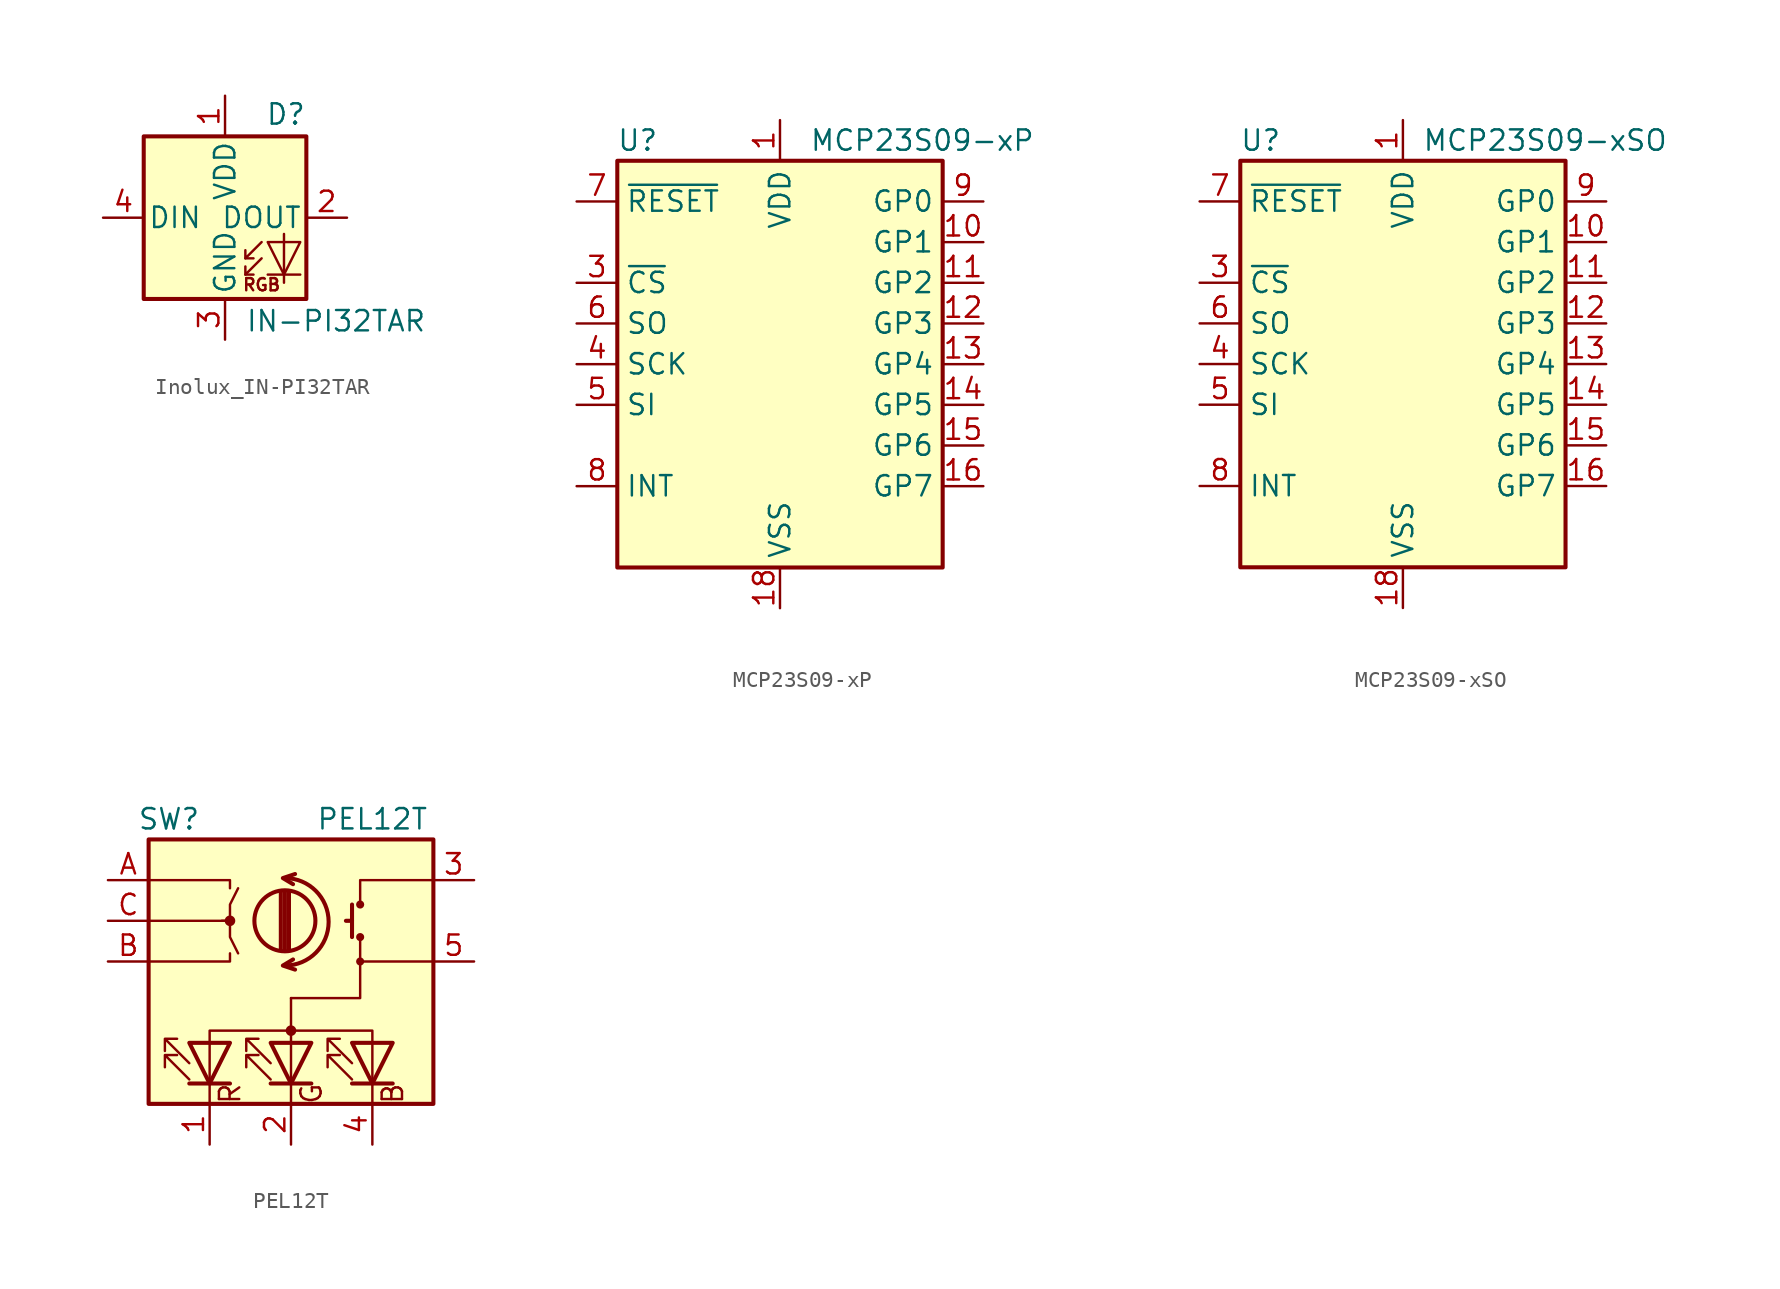
<source format=kicad_sym>
(kicad_symbol_lib
  (version 20231120)
  (generator "kicad_symbol_editor")
  (generator_version "8.0")
  (symbol "Inolux_IN-PI32TAR"
    (pin_names
      (offset 0.254))
    (property "Reference" "D"
      (at 5.08 5.715 0)
      (effects (font (size 1.27 1.27)) (justify right bottom)))
    (property "Value" "IN-PI32TAR"
      (at 1.27 -5.715 0)
      (effects (font (size 1.27 1.27)) (justify left top)))
    (symbol "Inolux_IN-PI32TAR_0_0"
      (text "RGB" (at 2.286 -4.191 0) (effects (font (size 0.762 0.762)))))
    (symbol "Inolux_IN-PI32TAR_0_1"
      (polyline (pts (xy 1.27 -3.556) (xy 1.778 -3.556)) (stroke (width 0) (type default)) (fill (type none)))
      (polyline (pts (xy 1.27 -2.54) (xy 1.778 -2.54)) (stroke (width 0) (type default)) (fill (type none)))
      (polyline (pts (xy 4.699 -3.556) (xy 2.667 -3.556)) (stroke (width 0) (type default)) (fill (type none)))
      (polyline (pts (xy 2.286 -2.54) (xy 1.27 -3.556) (xy 1.27 -3.048)) (stroke (width 0) (type default)) (fill (type none)))
      (polyline (pts (xy 2.286 -1.524) (xy 1.27 -2.54) (xy 1.27 -2.032)) (stroke (width 0) (type default)) (fill (type none)))
      (polyline (pts (xy 3.683 -1.016) (xy 3.683 -3.556) (xy 3.683 -4.064)) (stroke (width 0) (type default)) (fill (type none)))
      (polyline (pts (xy 4.699 -1.524) (xy 2.667 -1.524) (xy 3.683 -3.556) (xy 4.699 -1.524)) (stroke (width 0) (type default)) (fill (type none)))
      (rectangle (start 5.08 5.08) (end -5.08 -5.08) (stroke (width 0.254) (type default)) (fill (type background))))
    (symbol "Inolux_IN-PI32TAR_1_1"
      (pin power_in line (at 0 7.62 270) (length 2.54) (name "VDD" (effects (font (size 1.27 1.27)))) (number "1" (effects (font (size 1.27 1.27)))))
      (pin output line (at 7.62 0 180) (length 2.54) (name "DOUT" (effects (font (size 1.27 1.27)))) (number "2" (effects (font (size 1.27 1.27)))))
      (pin power_in line (at 0 -7.62 90) (length 2.54) (name "GND" (effects (font (size 1.27 1.27)))) (number "3" (effects (font (size 1.27 1.27)))))
      (pin input line (at -7.62 0 0) (length 2.54) (name "DIN" (effects (font (size 1.27 1.27)))) (number "4" (effects (font (size 1.27 1.27)))))))
  (symbol "MCP23S09-xP"
    (property "Reference" "U"
      (at -8.89 13.97 0)
      (effects (font (size 1.27 1.27))))
    (property "Value" "MCP23S09-xP"
      (at 8.89 13.97 0)
      (effects (font (size 1.27 1.27))))
    (symbol "MCP23S09-xP_0_0"
      (pin no_connect line (at 11.43 -10.16 180) (length 2.54) hide (name "NC" (effects (font (size 1.27 1.27)))) (number "17" (effects (font (size 1.27 1.27))))))
    (symbol "MCP23S09-xP_0_1"
      (rectangle (start -10.16 12.7) (end 10.16 -12.7) (stroke (width 0.254) (type solid)) (fill (type background))))
    (symbol "MCP23S09-xP_1_1"
      (pin power_in line (at 0 15.24 270) (length 2.54) (name "VDD" (effects (font (size 1.27 1.27)))) (number "1" (effects (font (size 1.27 1.27)))))
      (pin bidirectional line (at 12.7 7.62 180) (length 2.54) (name "GP1" (effects (font (size 1.27 1.27)))) (number "10" (effects (font (size 1.27 1.27)))))
      (pin bidirectional line (at 12.7 5.08 180) (length 2.54) (name "GP2" (effects (font (size 1.27 1.27)))) (number "11" (effects (font (size 1.27 1.27)))))
      (pin bidirectional line (at 12.7 2.54 180) (length 2.54) (name "GP3" (effects (font (size 1.27 1.27)))) (number "12" (effects (font (size 1.27 1.27)))))
      (pin bidirectional line (at 12.7 0 180) (length 2.54) (name "GP4" (effects (font (size 1.27 1.27)))) (number "13" (effects (font (size 1.27 1.27)))))
      (pin bidirectional line (at 12.7 -2.54 180) (length 2.54) (name "GP5" (effects (font (size 1.27 1.27)))) (number "14" (effects (font (size 1.27 1.27)))))
      (pin bidirectional line (at 12.7 -5.08 180) (length 2.54) (name "GP6" (effects (font (size 1.27 1.27)))) (number "15" (effects (font (size 1.27 1.27)))))
      (pin bidirectional line (at 12.7 -7.62 180) (length 2.54) (name "GP7" (effects (font (size 1.27 1.27)))) (number "16" (effects (font (size 1.27 1.27)))))
      (pin power_in line (at 0 -15.24 90) (length 2.54) (name "VSS" (effects (font (size 1.27 1.27)))) (number "18" (effects (font (size 1.27 1.27)))))
      (pin no_connect line (at -12.7 -10.16 0) (length 2.54) hide (name "NC" (effects (font (size 1.27 1.27)))) (number "2" (effects (font (size 1.27 1.27)))))
      (pin input line (at -12.7 5.08 0) (length 2.54) (name "~{CS}" (effects (font (size 1.27 1.27)))) (number "3" (effects (font (size 1.27 1.27)))))
      (pin input line (at -12.7 0 0) (length 2.54) (name "SCK" (effects (font (size 1.27 1.27)))) (number "4" (effects (font (size 1.27 1.27)))))
      (pin input line (at -12.7 -2.54 0) (length 2.54) (name "SI" (effects (font (size 1.27 1.27)))) (number "5" (effects (font (size 1.27 1.27)))))
      (pin output line (at -12.7 2.54 0) (length 2.54) (name "SO" (effects (font (size 1.27 1.27)))) (number "6" (effects (font (size 1.27 1.27)))))
      (pin input line (at -12.7 10.16 0) (length 2.54) (name "~{RESET}" (effects (font (size 1.27 1.27)))) (number "7" (effects (font (size 1.27 1.27)))))
      (pin output line (at -12.7 -7.62 0) (length 2.54) (name "INT" (effects (font (size 1.27 1.27)))) (number "8" (effects (font (size 1.27 1.27)))))
      (pin bidirectional line (at 12.7 10.16 180) (length 2.54) (name "GP0" (effects (font (size 1.27 1.27)))) (number "9" (effects (font (size 1.27 1.27)))))))
  (symbol "MCP23S09-xSO"
    (property "Reference" "U"
      (at -8.89 13.97 0)
      (effects (font (size 1.27 1.27))))
    (property "Value" "MCP23S09-xSO"
      (at 8.89 13.97 0)
      (effects (font (size 1.27 1.27))))
    (symbol "MCP23S09-xSO_0_0"
      (pin no_connect line (at 11.43 -10.16 180) (length 2.54) hide (name "NC" (effects (font (size 1.27 1.27)))) (number "17" (effects (font (size 1.27 1.27))))))
    (symbol "MCP23S09-xSO_0_1"
      (rectangle (start -10.16 12.7) (end 10.16 -12.7) (stroke (width 0.254) (type solid)) (fill (type background))))
    (symbol "MCP23S09-xSO_1_1"
      (pin power_in line (at 0 15.24 270) (length 2.54) (name "VDD" (effects (font (size 1.27 1.27)))) (number "1" (effects (font (size 1.27 1.27)))))
      (pin bidirectional line (at 12.7 7.62 180) (length 2.54) (name "GP1" (effects (font (size 1.27 1.27)))) (number "10" (effects (font (size 1.27 1.27)))))
      (pin bidirectional line (at 12.7 5.08 180) (length 2.54) (name "GP2" (effects (font (size 1.27 1.27)))) (number "11" (effects (font (size 1.27 1.27)))))
      (pin bidirectional line (at 12.7 2.54 180) (length 2.54) (name "GP3" (effects (font (size 1.27 1.27)))) (number "12" (effects (font (size 1.27 1.27)))))
      (pin bidirectional line (at 12.7 0 180) (length 2.54) (name "GP4" (effects (font (size 1.27 1.27)))) (number "13" (effects (font (size 1.27 1.27)))))
      (pin bidirectional line (at 12.7 -2.54 180) (length 2.54) (name "GP5" (effects (font (size 1.27 1.27)))) (number "14" (effects (font (size 1.27 1.27)))))
      (pin bidirectional line (at 12.7 -5.08 180) (length 2.54) (name "GP6" (effects (font (size 1.27 1.27)))) (number "15" (effects (font (size 1.27 1.27)))))
      (pin bidirectional line (at 12.7 -7.62 180) (length 2.54) (name "GP7" (effects (font (size 1.27 1.27)))) (number "16" (effects (font (size 1.27 1.27)))))
      (pin power_in line (at 0 -15.24 90) (length 2.54) (name "VSS" (effects (font (size 1.27 1.27)))) (number "18" (effects (font (size 1.27 1.27)))))
      (pin no_connect line (at -12.7 -10.16 0) (length 2.54) hide (name "NC" (effects (font (size 1.27 1.27)))) (number "2" (effects (font (size 1.27 1.27)))))
      (pin input line (at -12.7 5.08 0) (length 2.54) (name "~{CS}" (effects (font (size 1.27 1.27)))) (number "3" (effects (font (size 1.27 1.27)))))
      (pin input line (at -12.7 0 0) (length 2.54) (name "SCK" (effects (font (size 1.27 1.27)))) (number "4" (effects (font (size 1.27 1.27)))))
      (pin input line (at -12.7 -2.54 0) (length 2.54) (name "SI" (effects (font (size 1.27 1.27)))) (number "5" (effects (font (size 1.27 1.27)))))
      (pin output line (at -12.7 2.54 0) (length 2.54) (name "SO" (effects (font (size 1.27 1.27)))) (number "6" (effects (font (size 1.27 1.27)))))
      (pin input line (at -12.7 10.16 0) (length 2.54) (name "~{RESET}" (effects (font (size 1.27 1.27)))) (number "7" (effects (font (size 1.27 1.27)))))
      (pin output line (at -12.7 -7.62 0) (length 2.54) (name "INT" (effects (font (size 1.27 1.27)))) (number "8" (effects (font (size 1.27 1.27)))))
      (pin bidirectional line (at 12.7 10.16 180) (length 2.54) (name "GP0" (effects (font (size 1.27 1.27)))) (number "9" (effects (font (size 1.27 1.27)))))))
  (symbol "PEL12T"
    (pin_names
      (offset 0.254) hide)
    (property "Reference" "SW"
      (at -7.62 6.35 0)
      (effects (font (size 1.27 1.27))))
    (property "Value" "PEL12T"
      (at 5.08 6.35 0)
      (effects (font (size 1.27 1.27))))
    (symbol "PEL12T_1_1"
      (rectangle (start -8.89 5.08) (end 8.89 -11.43) (stroke (width 0.254) (type solid)) (fill (type background)))
      (rectangle (start -6.35 -7.62) (end -6.35 -7.62) (stroke (width 0) (type solid)) (fill (type none)))
      (rectangle (start -3.81 -7.62) (end -6.35 -7.62) (stroke (width 0) (type solid)) (fill (type none)))
      (circle (center -3.81 0) (radius 0.254) (stroke (width 0) (type solid)) (fill (type outline)))
      (rectangle (start -1.27 -7.62) (end -1.27 -7.62) (stroke (width 0) (type solid)) (fill (type none)))
      (arc (start -0.381 -2.794) (mid 2.3622 -0.0508) (end -0.381 2.667) (stroke (width 0.254) (type solid)) (fill (type none)))
      (circle (center -0.381 0) (radius 1.905) (stroke (width 0.254) (type solid)) (fill (type none)))
      (circle (center 0 -6.858) (radius 0.254) (stroke (width 0) (type solid)) (fill (type outline)))
      (polyline (pts (xy -6.35 -10.16) (xy -3.81 -10.16)) (stroke (width 0.254) (type solid)) (fill (type none)))
      (polyline (pts (xy -5.08 -10.16) (xy -5.08 -11.43)) (stroke (width 0) (type solid)) (fill (type none)))
      (polyline (pts (xy -5.08 -10.16) (xy -5.08 -7.62)) (stroke (width 0) (type solid)) (fill (type none)))
      (polyline (pts (xy -1.27 -10.16) (xy 1.27 -10.16)) (stroke (width 0.254) (type solid)) (fill (type none)))
      (polyline (pts (xy -0.635 -1.778) (xy -0.635 1.778)) (stroke (width 0.254) (type solid)) (fill (type none)))
      (polyline (pts (xy -0.381 -1.778) (xy -0.381 1.778)) (stroke (width 0.254) (type solid)) (fill (type none)))
      (polyline (pts (xy -0.127 1.778) (xy -0.127 -1.778)) (stroke (width 0.254) (type solid)) (fill (type none)))
      (polyline (pts (xy 0 -10.16) (xy 0 -11.43)) (stroke (width 0) (type solid)) (fill (type none)))
      (polyline (pts (xy 0 -7.62) (xy 0 -10.16)) (stroke (width 0) (type solid)) (fill (type none)))
      (polyline (pts (xy 0 -7.62) (xy 0 -4.826)) (stroke (width 0) (type solid)) (fill (type none)))
      (polyline (pts (xy 3.81 -10.16) (xy 6.35 -10.16)) (stroke (width 0.254) (type solid)) (fill (type none)))
      (polyline (pts (xy 3.81 0) (xy 3.429 0)) (stroke (width 0.254) (type solid)) (fill (type none)))
      (polyline (pts (xy 3.81 1.016) (xy 3.81 -1.016)) (stroke (width 0.254) (type solid)) (fill (type none)))
      (polyline (pts (xy 5.08 -10.16) (xy 5.08 -11.43)) (stroke (width 0) (type solid)) (fill (type none)))
      (polyline (pts (xy 5.08 -10.16) (xy 5.08 -7.62)) (stroke (width 0) (type solid)) (fill (type none)))
      (polyline (pts (xy -8.89 -2.54) (xy -3.81 -2.54) (xy -3.81 -2.032)) (stroke (width 0) (type solid)) (fill (type none)))
      (polyline (pts (xy -8.89 2.54) (xy -3.81 2.54) (xy -3.81 2.032)) (stroke (width 0) (type solid)) (fill (type none)))
      (polyline (pts (xy -6.35 -10.16) (xy -3.81 -10.16) (xy -3.81 -10.16)) (stroke (width 0) (type solid)) (fill (type none)))
      (polyline (pts (xy -1.27 -10.16) (xy 1.27 -10.16) (xy 1.27 -10.16)) (stroke (width 0) (type solid)) (fill (type none)))
      (polyline (pts (xy 0 -4.826) (xy 4.318 -4.826) (xy 4.318 -2.54)) (stroke (width 0) (type solid)) (fill (type none)))
      (polyline (pts (xy 0.254 -3.048) (xy -0.508 -2.794) (xy 0.127 -2.413)) (stroke (width 0.254) (type solid)) (fill (type none)))
      (polyline (pts (xy 0.254 2.921) (xy -0.508 2.667) (xy 0.127 2.286)) (stroke (width 0.254) (type solid)) (fill (type none)))
      (polyline (pts (xy 8.89 -2.54) (xy 4.318 -2.54) (xy 4.318 -1.016)) (stroke (width 0) (type solid)) (fill (type none)))
      (polyline (pts (xy 8.89 2.54) (xy 4.318 2.54) (xy 4.318 1.016)) (stroke (width 0) (type solid)) (fill (type none)))
      (polyline (pts (xy -8.89 0) (xy -3.81 0) (xy -3.81 -1.016) (xy -3.302 -2.032)) (stroke (width 0) (type solid)) (fill (type none)))
      (polyline (pts (xy -6.35 -7.62) (xy -3.81 -7.62) (xy -5.08 -10.16) (xy -6.35 -7.62)) (stroke (width 0.254) (type solid)) (fill (type none)))
      (polyline (pts (xy -4.318 0) (xy -3.81 0) (xy -3.81 1.016) (xy -3.302 2.032)) (stroke (width 0) (type solid)) (fill (type none)))
      (polyline (pts (xy -1.27 -7.62) (xy 1.27 -7.62) (xy 0 -10.16) (xy -1.27 -7.62)) (stroke (width 0.254) (type solid)) (fill (type none)))
      (polyline (pts (xy 3.81 -7.62) (xy 6.35 -7.62) (xy 5.08 -10.16) (xy 3.81 -7.62)) (stroke (width 0.254) (type solid)) (fill (type none)))
      (polyline (pts (xy 5.08 -7.62) (xy 5.08 -6.858) (xy -5.08 -6.858) (xy -5.08 -7.62)) (stroke (width 0) (type solid)) (fill (type none)))
      (polyline (pts (xy -6.35 -9.906) (xy -7.874 -8.382) (xy -7.874 -9.144) (xy -7.874 -8.382) (xy -7.112 -8.382)) (stroke (width 0) (type solid)) (fill (type none)))
      (polyline (pts (xy -6.35 -8.89) (xy -7.874 -7.366) (xy -7.874 -8.128) (xy -7.874 -7.366) (xy -7.112 -7.366)) (stroke (width 0) (type solid)) (fill (type none)))
      (polyline (pts (xy -1.27 -9.906) (xy -2.794 -8.382) (xy -2.794 -9.144) (xy -2.794 -8.382) (xy -2.032 -8.382)) (stroke (width 0) (type solid)) (fill (type none)))
      (polyline (pts (xy -1.27 -8.89) (xy -2.794 -7.366) (xy -2.794 -8.128) (xy -2.794 -7.366) (xy -2.032 -7.366)) (stroke (width 0) (type solid)) (fill (type none)))
      (polyline (pts (xy 3.81 -9.906) (xy 2.286 -8.382) (xy 2.286 -9.144) (xy 2.286 -8.382) (xy 3.048 -8.382)) (stroke (width 0) (type solid)) (fill (type none)))
      (polyline (pts (xy 3.81 -8.89) (xy 2.286 -7.366) (xy 2.286 -8.128) (xy 2.286 -7.366) (xy 3.048 -7.366)) (stroke (width 0) (type solid)) (fill (type none)))
      (rectangle (start 1.27 -7.62) (end -1.27 -7.62) (stroke (width 0) (type solid)) (fill (type none)))
      (circle (center 4.318 -2.54) (radius 0.127) (stroke (width 0.254) (type solid)) (fill (type none)))
      (circle (center 4.318 -1.016) (radius 0.127) (stroke (width 0.254) (type solid)) (fill (type none)))
      (circle (center 4.318 1.016) (radius 0.127) (stroke (width 0.254) (type solid)) (fill (type none)))
      (text "B" (at 6.35 -10.795 900) (effects (font (size 1.27 1.27))))
      (text "G" (at 1.27 -10.795 900) (effects (font (size 1.27 1.27))))
      (text "R" (at -3.81 -10.795 900) (effects (font (size 1.27 1.27))))
      (pin passive line (at -5.08 -13.97 90) (length 2.54) (name "RK" (effects (font (size 1.27 1.27)))) (number "1" (effects (font (size 1.27 1.27)))))
      (pin passive line (at 0 -13.97 90) (length 2.54) (name "GK" (effects (font (size 1.27 1.27)))) (number "2" (effects (font (size 1.27 1.27)))))
      (pin passive line (at 11.43 2.54 180) (length 2.54) (name "3" (effects (font (size 1.27 1.27)))) (number "3" (effects (font (size 1.27 1.27)))))
      (pin passive line (at 5.08 -13.97 90) (length 2.54) (name "BK" (effects (font (size 1.27 1.27)))) (number "4" (effects (font (size 1.27 1.27)))))
      (pin passive line (at 11.43 -2.54 180) (length 2.54) (name "A" (effects (font (size 1.27 1.27)))) (number "5" (effects (font (size 1.27 1.27)))))
      (pin passive line (at -11.43 2.54 0) (length 2.54) (name "A" (effects (font (size 1.27 1.27)))) (number "A" (effects (font (size 1.27 1.27)))))
      (pin passive line (at -11.43 -2.54 0) (length 2.54) (name "B" (effects (font (size 1.27 1.27)))) (number "B" (effects (font (size 1.27 1.27)))))
      (pin passive line (at -11.43 0 0) (length 2.54) (name "C" (effects (font (size 1.27 1.27)))) (number "C" (effects (font (size 1.27 1.27))))))))
</source>
